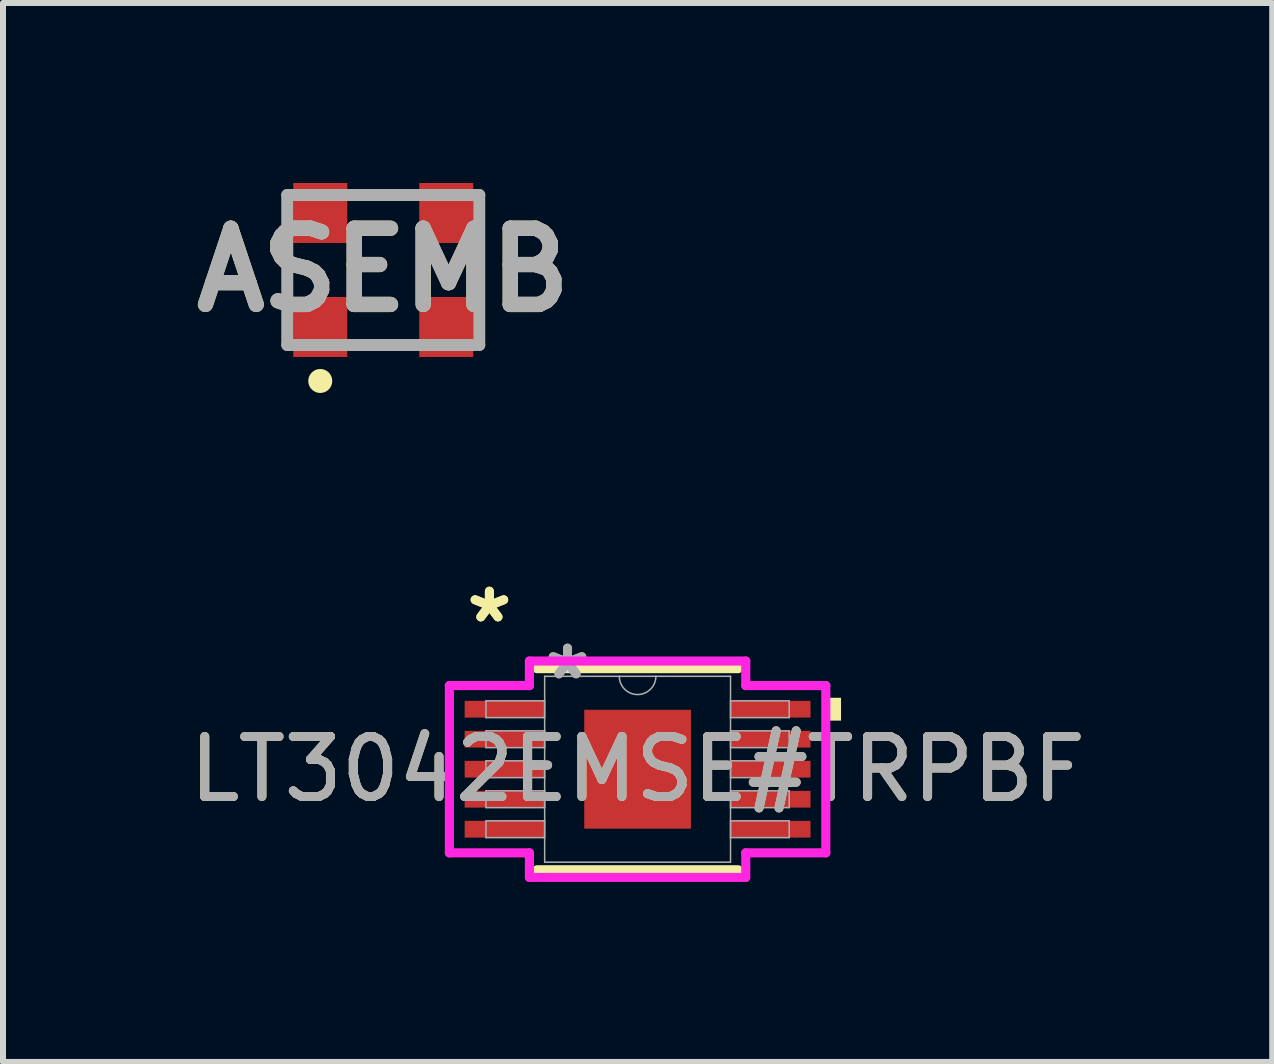
<source format=kicad_pcb>
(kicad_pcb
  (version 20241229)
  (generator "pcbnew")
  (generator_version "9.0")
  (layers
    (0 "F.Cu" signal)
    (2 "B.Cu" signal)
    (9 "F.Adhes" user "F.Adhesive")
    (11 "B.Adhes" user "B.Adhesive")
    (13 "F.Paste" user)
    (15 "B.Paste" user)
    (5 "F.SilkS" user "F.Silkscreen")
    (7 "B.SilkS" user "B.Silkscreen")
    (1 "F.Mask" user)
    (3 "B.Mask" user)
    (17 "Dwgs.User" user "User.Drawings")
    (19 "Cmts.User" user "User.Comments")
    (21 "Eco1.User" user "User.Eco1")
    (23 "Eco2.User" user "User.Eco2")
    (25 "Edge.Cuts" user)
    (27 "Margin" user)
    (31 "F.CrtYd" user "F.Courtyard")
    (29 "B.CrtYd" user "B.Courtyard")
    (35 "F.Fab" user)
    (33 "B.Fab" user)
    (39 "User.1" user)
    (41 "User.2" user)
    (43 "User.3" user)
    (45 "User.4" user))
  (footprint "ASEMB"
    (layer "F.Cu")
    (at 3.338 1.45)
    (property "Reference" "ASEMB" (at 0 0 0) (layer "F.SilkS") (effects (font (size 1.27 1.27) (thickness 0.254))))
    (attr smd)
    (fp_line (start -1.6 -0.2) (end -1.6 0.2) (stroke (width 0.1) (type solid)) (layer "F.SilkS"))
    (fp_line (start -0.3 -1.25) (end 0.3 -1.25) (stroke (width 0.1) (type solid)) (layer "F.SilkS"))
    (fp_line (start -0.3 1.25) (end 0.3 1.25) (stroke (width 0.1) (type solid)) (layer "F.SilkS"))
    (fp_line (start 1.6 -0.2) (end 1.6 0.2) (stroke (width 0.1) (type solid)) (layer "F.SilkS"))
    (fp_circle (center -1.05 1.85) (end -1.05 1.95) (stroke (width 0.2) (type solid)) (fill no) (layer "F.SilkS"))
    (fp_line (start -1.6 -1.25) (end -1.6 1.25) (stroke (width 0.2) (type solid)) (layer "F.Fab"))
    (fp_line (start -1.6 1.25) (end 1.6 1.25) (stroke (width 0.2) (type solid)) (layer "F.Fab"))
    (fp_line (start 1.6 -1.25) (end -1.6 -1.25) (stroke (width 0.2) (type solid)) (layer "F.Fab"))
    (fp_line (start 1.6 1.25) (end 1.6 -1.25) (stroke (width 0.2) (type solid)) (layer "F.Fab"))
    (fp_text user "${REFERENCE}" (at 0 0 0) (layer "F.Fab") (effects (font (size 1.27 1.27) (thickness 0.254))))
    (pad "1" smd rect (at -1.05 0.95) (size 0.9 1) (layers "F.Cu" "F.Mask" "F.Paste"))
    (pad "2" smd rect (at 1.05 0.95) (size 0.9 1) (layers "F.Cu" "F.Mask" "F.Paste"))
    (pad "3" smd rect (at 1.05 -0.95) (size 0.9 1) (layers "F.Cu" "F.Mask" "F.Paste"))
    (pad "4" smd rect (at -1.05 -0.95) (size 0.9 1) (layers "F.Cu" "F.Mask" "F.Paste")))
  (footprint "LT3042EMSE#TRPBF"
    (layer "F.Cu")
    (at 7.577 9.771)
    (property "Reference" "LT3042EMSE#TRPBF" (at 0 0 0) (unlocked yes) (layer "F.SilkS") (effects (font (size 1 1) (thickness 0.15))))
    (attr smd)
    (fp_line (start -1.676 1.676) (end 1.676 1.676) (stroke (width 0.152) (type solid)) (layer "F.SilkS"))
    (fp_line (start 1.676 -1.676) (end -1.676 -1.676) (stroke (width 0.152) (type solid)) (layer "F.SilkS"))
    (fp_poly (pts (xy 3.391 -1.191) (xy 3.391 -0.81) (xy 3.137 -0.81) (xy 3.137 -1.191)) (stroke (width 0) (type solid)) (fill yes) (layer "F.SilkS"))
    (fp_line (start -3.137 -1.394) (end -1.803 -1.394) (stroke (width 0.152) (type solid)) (layer "F.CrtYd"))
    (fp_line (start -3.137 1.394) (end -3.137 -1.394) (stroke (width 0.152) (type solid)) (layer "F.CrtYd"))
    (fp_line (start -3.137 1.394) (end -1.803 1.394) (stroke (width 0.152) (type solid)) (layer "F.CrtYd"))
    (fp_line (start -1.803 -1.803) (end 1.803 -1.803) (stroke (width 0.152) (type solid)) (layer "F.CrtYd"))
    (fp_line (start -1.803 -1.394) (end -1.803 -1.803) (stroke (width 0.152) (type solid)) (layer "F.CrtYd"))
    (fp_line (start -1.803 1.803) (end -1.803 1.394) (stroke (width 0.152) (type solid)) (layer "F.CrtYd"))
    (fp_line (start 1.803 -1.803) (end 1.803 -1.394) (stroke (width 0.152) (type solid)) (layer "F.CrtYd"))
    (fp_line (start 1.803 1.394) (end 1.803 1.803) (stroke (width 0.152) (type solid)) (layer "F.CrtYd"))
    (fp_line (start 1.803 1.803) (end -1.803 1.803) (stroke (width 0.152) (type solid)) (layer "F.CrtYd"))
    (fp_line (start 3.137 -1.394) (end 1.803 -1.394) (stroke (width 0.152) (type solid)) (layer "F.CrtYd"))
    (fp_line (start 3.137 -1.394) (end 3.137 1.394) (stroke (width 0.152) (type solid)) (layer "F.CrtYd"))
    (fp_line (start 3.137 1.394) (end 1.803 1.394) (stroke (width 0.152) (type solid)) (layer "F.CrtYd"))
    (fp_line (start -2.527 -1.14) (end -2.527 -0.86) (stroke (width 0.025) (type solid)) (layer "F.Fab"))
    (fp_line (start -2.527 -0.86) (end -1.549 -0.86) (stroke (width 0.025) (type solid)) (layer "F.Fab"))
    (fp_line (start -2.527 -0.64) (end -2.527 -0.36) (stroke (width 0.025) (type solid)) (layer "F.Fab"))
    (fp_line (start -2.527 -0.36) (end -1.549 -0.36) (stroke (width 0.025) (type solid)) (layer "F.Fab"))
    (fp_line (start -2.527 -0.14) (end -2.527 0.14) (stroke (width 0.025) (type solid)) (layer "F.Fab"))
    (fp_line (start -2.527 0.14) (end -1.549 0.14) (stroke (width 0.025) (type solid)) (layer "F.Fab"))
    (fp_line (start -2.527 0.36) (end -2.527 0.64) (stroke (width 0.025) (type solid)) (layer "F.Fab"))
    (fp_line (start -2.527 0.64) (end -1.549 0.64) (stroke (width 0.025) (type solid)) (layer "F.Fab"))
    (fp_line (start -2.527 0.86) (end -2.527 1.14) (stroke (width 0.025) (type solid)) (layer "F.Fab"))
    (fp_line (start -2.527 1.14) (end -1.549 1.14) (stroke (width 0.025) (type solid)) (layer "F.Fab"))
    (fp_line (start -1.549 -1.549) (end -1.549 1.549) (stroke (width 0.025) (type solid)) (layer "F.Fab"))
    (fp_line (start -1.549 -1.14) (end -2.527 -1.14) (stroke (width 0.025) (type solid)) (layer "F.Fab"))
    (fp_line (start -1.549 -0.86) (end -1.549 -1.14) (stroke (width 0.025) (type solid)) (layer "F.Fab"))
    (fp_line (start -1.549 -0.64) (end -2.527 -0.64) (stroke (width 0.025) (type solid)) (layer "F.Fab"))
    (fp_line (start -1.549 -0.36) (end -1.549 -0.64) (stroke (width 0.025) (type solid)) (layer "F.Fab"))
    (fp_line (start -1.549 -0.14) (end -2.527 -0.14) (stroke (width 0.025) (type solid)) (layer "F.Fab"))
    (fp_line (start -1.549 0.14) (end -1.549 -0.14) (stroke (width 0.025) (type solid)) (layer "F.Fab"))
    (fp_line (start -1.549 0.36) (end -2.527 0.36) (stroke (width 0.025) (type solid)) (layer "F.Fab"))
    (fp_line (start -1.549 0.64) (end -1.549 0.36) (stroke (width 0.025) (type solid)) (layer "F.Fab"))
    (fp_line (start -1.549 0.86) (end -2.527 0.86) (stroke (width 0.025) (type solid)) (layer "F.Fab"))
    (fp_line (start -1.549 1.14) (end -1.549 0.86) (stroke (width 0.025) (type solid)) (layer "F.Fab"))
    (fp_line (start -1.549 1.549) (end 1.549 1.549) (stroke (width 0.025) (type solid)) (layer "F.Fab"))
    (fp_line (start 1.549 -1.549) (end -1.549 -1.549) (stroke (width 0.025) (type solid)) (layer "F.Fab"))
    (fp_line (start 1.549 -1.14) (end 1.549 -0.86) (stroke (width 0.025) (type solid)) (layer "F.Fab"))
    (fp_line (start 1.549 -0.86) (end 2.527 -0.86) (stroke (width 0.025) (type solid)) (layer "F.Fab"))
    (fp_line (start 1.549 -0.64) (end 1.549 -0.36) (stroke (width 0.025) (type solid)) (layer "F.Fab"))
    (fp_line (start 1.549 -0.36) (end 2.527 -0.36) (stroke (width 0.025) (type solid)) (layer "F.Fab"))
    (fp_line (start 1.549 -0.14) (end 1.549 0.14) (stroke (width 0.025) (type solid)) (layer "F.Fab"))
    (fp_line (start 1.549 0.14) (end 2.527 0.14) (stroke (width 0.025) (type solid)) (layer "F.Fab"))
    (fp_line (start 1.549 0.36) (end 1.549 0.64) (stroke (width 0.025) (type solid)) (layer "F.Fab"))
    (fp_line (start 1.549 0.64) (end 2.527 0.64) (stroke (width 0.025) (type solid)) (layer "F.Fab"))
    (fp_line (start 1.549 0.86) (end 1.549 1.14) (stroke (width 0.025) (type solid)) (layer "F.Fab"))
    (fp_line (start 1.549 1.14) (end 2.527 1.14) (stroke (width 0.025) (type solid)) (layer "F.Fab"))
    (fp_line (start 1.549 1.549) (end 1.549 -1.549) (stroke (width 0.025) (type solid)) (layer "F.Fab"))
    (fp_line (start 2.527 -1.14) (end 1.549 -1.14) (stroke (width 0.025) (type solid)) (layer "F.Fab"))
    (fp_line (start 2.527 -0.86) (end 2.527 -1.14) (stroke (width 0.025) (type solid)) (layer "F.Fab"))
    (fp_line (start 2.527 -0.64) (end 1.549 -0.64) (stroke (width 0.025) (type solid)) (layer "F.Fab"))
    (fp_line (start 2.527 -0.36) (end 2.527 -0.64) (stroke (width 0.025) (type solid)) (layer "F.Fab"))
    (fp_line (start 2.527 -0.14) (end 1.549 -0.14) (stroke (width 0.025) (type solid)) (layer "F.Fab"))
    (fp_line (start 2.527 0.14) (end 2.527 -0.14) (stroke (width 0.025) (type solid)) (layer "F.Fab"))
    (fp_line (start 2.527 0.36) (end 1.549 0.36) (stroke (width 0.025) (type solid)) (layer "F.Fab"))
    (fp_line (start 2.527 0.64) (end 2.527 0.36) (stroke (width 0.025) (type solid)) (layer "F.Fab"))
    (fp_line (start 2.527 0.86) (end 1.549 0.86) (stroke (width 0.025) (type solid)) (layer "F.Fab"))
    (fp_line (start 2.527 1.14) (end 2.527 0.86) (stroke (width 0.025) (type solid)) (layer "F.Fab"))
    (fp_arc (start 0.3048 -1.5494) (mid 0 -1.2446) (end -0.3048 -1.5494) (stroke (width 0.0254) (type solid)) (layer "F.Fab"))
    (fp_text user "*" (at -2.47 -2.422 0) (unlocked yes) (layer "F.SilkS") (effects (font (size 1 1) (thickness 0.15))))
    (fp_text user "*" (at -2.47 -2.422 0) (layer "F.SilkS") (effects (font (size 1 1) (thickness 0.15))))
    (fp_text user "${REFERENCE}" (at 0 0 0) (unlocked yes) (layer "F.Fab") (effects (font (size 1 1) (thickness 0.15))))
    (fp_text user "*" (at -1.168 -1.473 0) (layer "F.Fab") (effects (font (size 1 1) (thickness 0.15))))
    (fp_text user "*" (at -1.168 -1.473 0) (unlocked yes) (layer "F.Fab") (effects (font (size 1 1) (thickness 0.15))))
    (pad "1" smd rect (at -2.216 -1) (size 1.333 0.279) (layers "F.Cu" "F.Mask" "F.Paste"))
    (pad "2" smd rect (at -2.216 -0.5) (size 1.333 0.279) (layers "F.Cu" "F.Mask" "F.Paste"))
    (pad "3" smd rect (at -2.216 0) (size 1.333 0.279) (layers "F.Cu" "F.Mask" "F.Paste"))
    (pad "4" smd rect (at -2.216 0.5) (size 1.333 0.279) (layers "F.Cu" "F.Mask" "F.Paste"))
    (pad "5" smd rect (at -2.216 1) (size 1.333 0.279) (layers "F.Cu" "F.Mask" "F.Paste"))
    (pad "6" smd rect (at 2.216 1) (size 1.333 0.279) (layers "F.Cu" "F.Mask" "F.Paste"))
    (pad "7" smd rect (at 2.216 0.5) (size 1.333 0.279) (layers "F.Cu" "F.Mask" "F.Paste"))
    (pad "8" smd rect (at 2.216 0) (size 1.333 0.279) (layers "F.Cu" "F.Mask" "F.Paste"))
    (pad "9" smd rect (at 2.216 -0.5) (size 1.333 0.279) (layers "F.Cu" "F.Mask" "F.Paste"))
    (pad "10" smd rect (at 2.216 -1) (size 1.333 0.279) (layers "F.Cu" "F.Mask" "F.Paste"))
    (pad "11" smd rect (at 0 0) (size 1.778 1.981) (layers "F.Cu" "F.Mask" "F.Paste")))
  (gr_rect
    (start -3 -3)
    (end 18.155 14.65)
    (stroke (width 0.1) (type default))
    (fill no)
    (layer "Edge.Cuts")))
</source>
